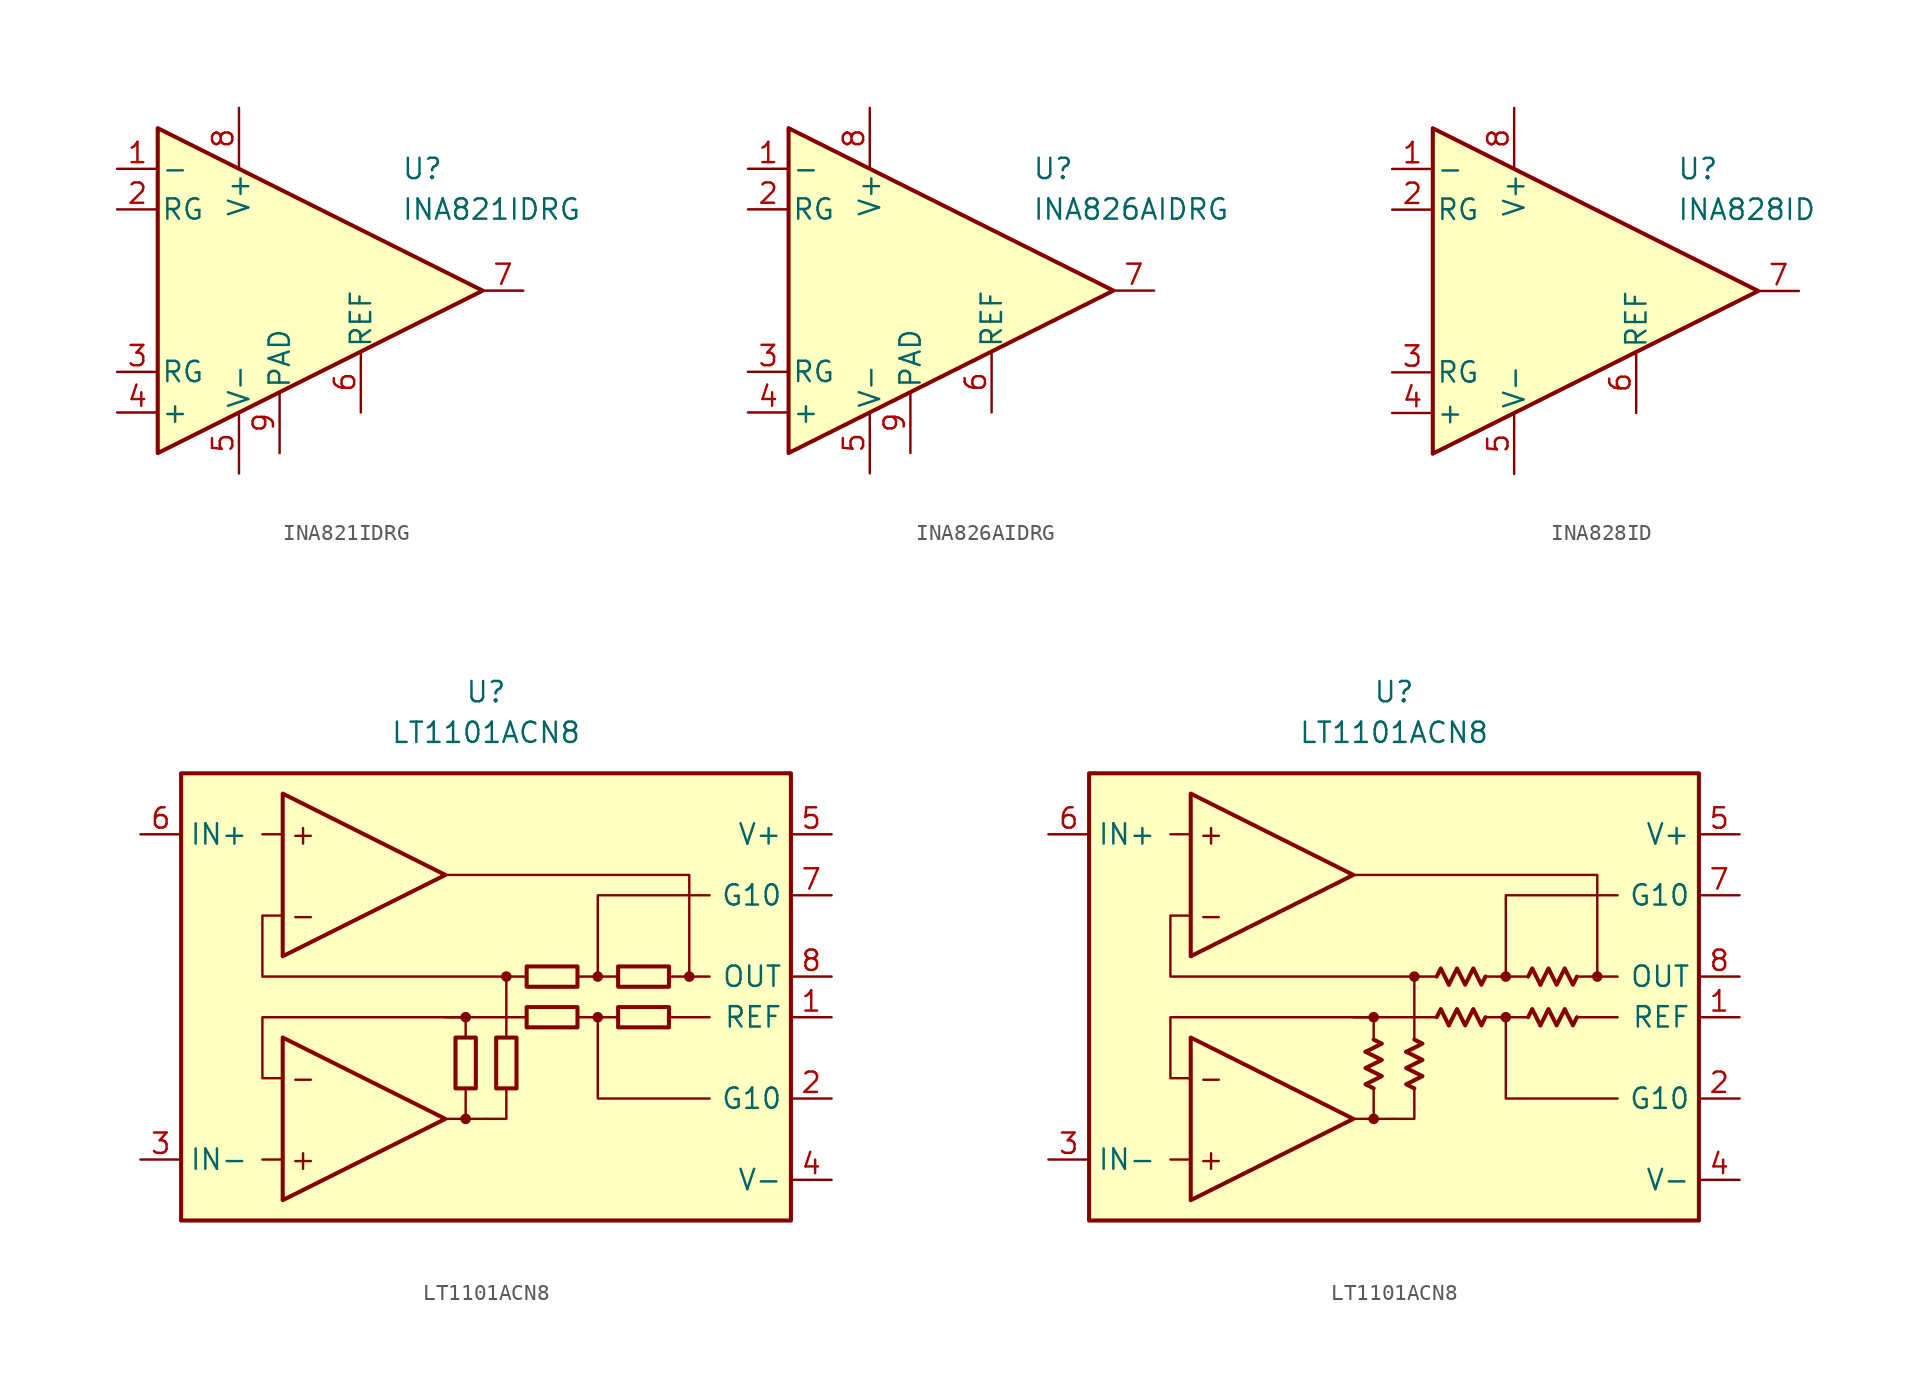
<source format=kicad_sym>
(kicad_symbol_lib
  (version 20231120)
  (generator "kicad_symbol_editor")
  (generator_version "8.0")
  (symbol "INA821IDRG"
    (pin_names
      (offset 0.2))
    (property "Reference" "U"
      (at 6.35 7.62 0)
      (effects (font (size 1.27 1.27)) (justify left)))
    (property "Value" "INA821IDRG"
      (at 6.35 5.08 0)
      (effects (font (size 1.27 1.27)) (justify left)))
    (symbol "INA821IDRG_0_1"
      (polyline (pts (xy -8.89 10.16) (xy -8.89 -10.16) (xy 11.43 0) (xy -8.89 10.16)) (stroke (width 0.254) (type default)) (fill (type background))))
    (symbol "INA821IDRG_1_1"
      (pin input line (at -11.43 7.62 0) (length 2.54) (name "-" (effects (font (size 1.27 1.27)))) (number "1" (effects (font (size 1.27 1.27)))))
      (pin passive line (at -11.43 5.08 0) (length 2.54) (name "RG" (effects (font (size 1.27 1.27)))) (number "2" (effects (font (size 1.27 1.27)))))
      (pin passive line (at -11.43 -5.08 0) (length 2.54) (name "RG" (effects (font (size 1.27 1.27)))) (number "3" (effects (font (size 1.27 1.27)))))
      (pin input line (at -11.43 -7.62 0) (length 2.54) (name "+" (effects (font (size 1.27 1.27)))) (number "4" (effects (font (size 1.27 1.27)))))
      (pin power_in line (at -3.81 -11.43 90) (length 3.81) (name "V-" (effects (font (size 1.27 1.27)))) (number "5" (effects (font (size 1.27 1.27)))))
      (pin input line (at 3.81 -7.62 90) (length 3.81) (name "REF" (effects (font (size 1.27 1.27)))) (number "6" (effects (font (size 1.27 1.27)))))
      (pin output line (at 13.97 0 180) (length 2.54) (name "~" (effects (font (size 1.27 1.27)))) (number "7" (effects (font (size 1.27 1.27)))))
      (pin power_in line (at -3.81 11.43 270) (length 3.81) (name "V+" (effects (font (size 1.27 1.27)))) (number "8" (effects (font (size 1.27 1.27)))))
      (pin power_in line (at -1.27 -10.16 90) (length 3.81) (name "PAD" (effects (font (size 1.27 1.27)))) (number "9" (effects (font (size 1.27 1.27)))))))
  (symbol "INA826AIDRG"
    (pin_names
      (offset 0.2))
    (property "Reference" "U"
      (at 6.35 7.62 0)
      (effects (font (size 1.27 1.27)) (justify left)))
    (property "Value" "INA826AIDRG"
      (at 6.35 5.08 0)
      (effects (font (size 1.27 1.27)) (justify left)))
    (symbol "INA826AIDRG_0_1"
      (polyline (pts (xy -8.89 10.16) (xy -8.89 -10.16) (xy 11.43 0) (xy -8.89 10.16)) (stroke (width 0.254) (type default)) (fill (type background))))
    (symbol "INA826AIDRG_1_1"
      (pin input line (at -11.43 7.62 0) (length 2.54) (name "-" (effects (font (size 1.27 1.27)))) (number "1" (effects (font (size 1.27 1.27)))))
      (pin passive line (at -11.43 5.08 0) (length 2.54) (name "RG" (effects (font (size 1.27 1.27)))) (number "2" (effects (font (size 1.27 1.27)))))
      (pin passive line (at -11.43 -5.08 0) (length 2.54) (name "RG" (effects (font (size 1.27 1.27)))) (number "3" (effects (font (size 1.27 1.27)))))
      (pin input line (at -11.43 -7.62 0) (length 2.54) (name "+" (effects (font (size 1.27 1.27)))) (number "4" (effects (font (size 1.27 1.27)))))
      (pin power_in line (at -3.81 -11.43 90) (length 3.81) (name "V-" (effects (font (size 1.27 1.27)))) (number "5" (effects (font (size 1.27 1.27)))))
      (pin input line (at 3.81 -7.62 90) (length 3.81) (name "REF" (effects (font (size 1.27 1.27)))) (number "6" (effects (font (size 1.27 1.27)))))
      (pin output line (at 13.97 0 180) (length 2.54) (name "~" (effects (font (size 1.27 1.27)))) (number "7" (effects (font (size 1.27 1.27)))))
      (pin power_in line (at -3.81 11.43 270) (length 3.81) (name "V+" (effects (font (size 1.27 1.27)))) (number "8" (effects (font (size 1.27 1.27)))))
      (pin power_in line (at -1.27 -10.16 90) (length 3.81) (name "PAD" (effects (font (size 1.27 1.27)))) (number "9" (effects (font (size 1.27 1.27)))))))
  (symbol "INA828ID"
    (pin_names
      (offset 0.2))
    (property "Reference" "U"
      (at 6.35 7.62 0)
      (effects (font (size 1.27 1.27)) (justify left)))
    (property "Value" "INA828ID"
      (at 6.35 5.08 0)
      (effects (font (size 1.27 1.27)) (justify left)))
    (symbol "INA828ID_0_1"
      (polyline (pts (xy -8.89 10.16) (xy -8.89 -10.16) (xy 11.43 0) (xy -8.89 10.16)) (stroke (width 0.254) (type default)) (fill (type background))))
    (symbol "INA828ID_1_1"
      (pin input line (at -11.43 7.62 0) (length 2.54) (name "-" (effects (font (size 1.27 1.27)))) (number "1" (effects (font (size 1.27 1.27)))))
      (pin passive line (at -11.43 5.08 0) (length 2.54) (name "RG" (effects (font (size 1.27 1.27)))) (number "2" (effects (font (size 1.27 1.27)))))
      (pin passive line (at -11.43 -5.08 0) (length 2.54) (name "RG" (effects (font (size 1.27 1.27)))) (number "3" (effects (font (size 1.27 1.27)))))
      (pin input line (at -11.43 -7.62 0) (length 2.54) (name "+" (effects (font (size 1.27 1.27)))) (number "4" (effects (font (size 1.27 1.27)))))
      (pin power_in line (at -3.81 -11.43 90) (length 3.81) (name "V-" (effects (font (size 1.27 1.27)))) (number "5" (effects (font (size 1.27 1.27)))))
      (pin input line (at 3.81 -7.62 90) (length 3.81) (name "REF" (effects (font (size 1.27 1.27)))) (number "6" (effects (font (size 1.27 1.27)))))
      (pin output line (at 13.97 0 180) (length 2.54) (name "~" (effects (font (size 1.27 1.27)))) (number "7" (effects (font (size 1.27 1.27)))))
      (pin power_in line (at -3.81 11.43 270) (length 3.81) (name "V+" (effects (font (size 1.27 1.27)))) (number "8" (effects (font (size 1.27 1.27)))))))
  (symbol "LT1101ACN8"
    (property "Reference" "U"
      (at 0 19.05 0)
      (effects (font (size 1.27 1.27))))
    (property "Value" "LT1101ACN8"
      (at 0 16.51 0)
      (effects (font (size 1.27 1.27))))
    (symbol "LT1101ACN8_0_0"
      (rectangle (start -19.05 13.97) (end 19.05 -13.97) (stroke (width 0.254) (type default)) (fill (type background)))
      (circle (center -1.27 -7.62) (radius 0.254) (stroke (width 0.152) (type default)) (fill (type outline)))
      (circle (center -1.27 -1.27) (radius 0.254) (stroke (width 0.152) (type default)) (fill (type outline)))
      (polyline (pts (xy -12.7 -10.16) (xy -13.97 -10.16)) (stroke (width 0.152) (type default)) (fill (type none)))
      (polyline (pts (xy -12.7 10.16) (xy -13.97 10.16)) (stroke (width 0.152) (type default)) (fill (type none)))
      (polyline (pts (xy -2.54 -7.62) (xy 0 -7.62)) (stroke (width 0.152) (type default)) (fill (type none)))
      (polyline (pts (xy -1.27 -5.715) (xy -1.27 -7.62)) (stroke (width 0.152) (type default)) (fill (type none)))
      (polyline (pts (xy -1.27 -2.54) (xy -1.27 -1.27)) (stroke (width 0.152) (type default)) (fill (type none)))
      (polyline (pts (xy 1.27 -2.54) (xy 1.27 -1.27)) (stroke (width 0.152) (type default)) (fill (type none)))
      (polyline (pts (xy 1.27 -1.27) (xy 1.27 1.27)) (stroke (width 0.152) (type default)) (fill (type none)))
      (polyline (pts (xy 2.54 -1.27) (xy -2.54 -1.27)) (stroke (width 0.152) (type default)) (fill (type none)))
      (polyline (pts (xy 6.985 -1.27) (xy 5.715 -1.27)) (stroke (width 0.152) (type default)) (fill (type none)))
      (polyline (pts (xy 6.985 1.27) (xy 5.715 1.27)) (stroke (width 0.152) (type default)) (fill (type none)))
      (polyline (pts (xy 8.255 -1.27) (xy 6.985 -1.27)) (stroke (width 0.152) (type default)) (fill (type none)))
      (polyline (pts (xy 8.255 1.27) (xy 6.985 1.27)) (stroke (width 0.152) (type default)) (fill (type none)))
      (polyline (pts (xy 12.7 1.27) (xy 13.97 1.27)) (stroke (width 0.152) (type default)) (fill (type none)))
      (polyline (pts (xy 13.97 -1.27) (xy 11.43 -1.27)) (stroke (width 0.152) (type default)) (fill (type none)))
      (polyline (pts (xy 0 -7.62) (xy 1.27 -7.62) (xy 1.27 -5.715)) (stroke (width 0.152) (type default)) (fill (type none)))
      (polyline (pts (xy 6.985 1.27) (xy 6.985 6.35) (xy 13.97 6.35)) (stroke (width 0.152) (type default)) (fill (type none)))
      (polyline (pts (xy 13.97 -6.35) (xy 6.985 -6.35) (xy 6.985 -1.27)) (stroke (width 0.152) (type default)) (fill (type none)))
      (polyline (pts (xy -1.27 -1.27) (xy -13.97 -1.27) (xy -13.97 -5.08) (xy -12.7 -5.08)) (stroke (width 0.152) (type default)) (fill (type none)))
      (polyline (pts (xy 11.43 1.27) (xy 12.7 1.27) (xy 12.7 7.62) (xy -2.54 7.62)) (stroke (width 0.152) (type default)) (fill (type none)))
      (polyline (pts (xy 2.54 1.27) (xy -13.97 1.27) (xy -13.97 5.08) (xy -13.97 5.08) (xy -12.7 5.08)) (stroke (width 0.152) (type default)) (fill (type none)))
      (circle (center 1.27 1.27) (radius 0.254) (stroke (width 0.152) (type default)) (fill (type outline)))
      (circle (center 6.985 -1.27) (radius 0.254) (stroke (width 0.152) (type default)) (fill (type outline)))
      (circle (center 6.985 1.27) (radius 0.254) (stroke (width 0.152) (type default)) (fill (type outline)))
      (circle (center 12.7 1.27) (radius 0.254) (stroke (width 0.152) (type default)) (fill (type outline)))
      (text "+" (at -11.43 -10.16 0) (effects (font (size 1.27 1.27))))
      (text "+" (at -11.43 10.16 0) (effects (font (size 1.27 1.27))))
      (text "-" (at -11.43 -5.08 0) (effects (font (size 1.27 1.27))))
      (text "-" (at -11.43 5.08 0) (effects (font (size 1.27 1.27)))))
    (symbol "LT1101ACN8_0_1"
      (rectangle (start -1.905 -5.715) (end -0.635 -2.54) (stroke (width 0.254) (type default)) (fill (type none)))
      (rectangle (start 0.635 -5.715) (end 1.905 -2.54) (stroke (width 0.254) (type default)) (fill (type none)))
      (rectangle (start 2.54 1.905) (end 5.715 0.635) (stroke (width 0.254) (type default)) (fill (type none)))
      (rectangle (start 5.715 -1.905) (end 2.54 -0.635) (stroke (width 0.254) (type default)) (fill (type none)))
      (rectangle (start 11.43 -1.905) (end 8.255 -0.635) (stroke (width 0.254) (type default)) (fill (type none)))
      (rectangle (start 11.43 0.635) (end 8.255 1.905) (stroke (width 0.254) (type default)) (fill (type none))))
    (symbol "LT1101ACN8_0_2"
      (polyline (pts (xy -1.778 -3.429) (xy -0.762 -2.921) (xy -1.27 -2.667)) (stroke (width 0.254) (type default)) (fill (type none)))
      (polyline (pts (xy 0.762 -3.429) (xy 1.778 -2.921) (xy 1.27 -2.667)) (stroke (width 0.254) (type default)) (fill (type none)))
      (polyline (pts (xy 3.429 -1.778) (xy 2.921 -0.762) (xy 2.667 -1.27)) (stroke (width 0.254) (type default)) (fill (type none)))
      (polyline (pts (xy 3.429 0.762) (xy 2.921 1.778) (xy 2.667 1.27)) (stroke (width 0.254) (type default)) (fill (type none)))
      (polyline (pts (xy 9.144 -1.778) (xy 8.636 -0.762) (xy 8.382 -1.27)) (stroke (width 0.254) (type default)) (fill (type none)))
      (polyline (pts (xy 9.144 0.762) (xy 8.636 1.778) (xy 8.382 1.27)) (stroke (width 0.254) (type default)) (fill (type none)))
      (polyline (pts (xy -1.27 -5.715) (xy -1.778 -5.461) (xy -0.762 -4.953) (xy -1.778 -4.445) (xy -0.762 -3.937) (xy -1.778 -3.429)) (stroke (width 0.254) (type default)) (fill (type none)))
      (polyline (pts (xy 1.27 -5.715) (xy 0.762 -5.461) (xy 1.778 -4.953) (xy 0.762 -4.445) (xy 1.778 -3.937) (xy 0.762 -3.429)) (stroke (width 0.254) (type default)) (fill (type none)))
      (polyline (pts (xy 5.715 -1.27) (xy 5.461 -1.778) (xy 4.953 -0.762) (xy 4.445 -1.778) (xy 3.937 -0.762) (xy 3.429 -1.778)) (stroke (width 0.254) (type default)) (fill (type none)))
      (polyline (pts (xy 5.715 1.27) (xy 5.461 0.762) (xy 4.953 1.778) (xy 4.445 0.762) (xy 3.937 1.778) (xy 3.429 0.762)) (stroke (width 0.254) (type default)) (fill (type none)))
      (polyline (pts (xy 11.43 -1.27) (xy 11.176 -1.778) (xy 10.668 -0.762) (xy 10.16 -1.778) (xy 9.652 -0.762) (xy 9.144 -1.778)) (stroke (width 0.254) (type default)) (fill (type none)))
      (polyline (pts (xy 11.43 1.27) (xy 11.176 0.762) (xy 10.668 1.778) (xy 10.16 0.762) (xy 9.652 1.778) (xy 9.144 0.762)) (stroke (width 0.254) (type default)) (fill (type none))))
    (symbol "LT1101ACN8_1_0"
      (polyline (pts (xy -12.7 -2.54) (xy -12.7 -12.7) (xy -2.54 -7.62) (xy -12.7 -2.54)) (stroke (width 0.254) (type default)) (fill (type background)))
      (polyline (pts (xy -12.7 12.7) (xy -12.7 2.54) (xy -2.54 7.62) (xy -12.7 12.7)) (stroke (width 0.254) (type default)) (fill (type background))))
    (symbol "LT1101ACN8_1_1"
      (pin input line (at 21.59 -1.27 180) (length 2.54) (name "REF" (effects (font (size 1.27 1.27)))) (number "1" (effects (font (size 1.27 1.27)))))
      (pin passive line (at 21.59 -6.35 180) (length 2.54) (name "G10" (effects (font (size 1.27 1.27)))) (number "2" (effects (font (size 1.27 1.27)))))
      (pin input line (at -21.59 -10.16 0) (length 2.54) (name "IN-" (effects (font (size 1.27 1.27)))) (number "3" (effects (font (size 1.27 1.27)))))
      (pin power_in line (at 21.59 -11.43 180) (length 2.54) (name "V-" (effects (font (size 1.27 1.27)))) (number "4" (effects (font (size 1.27 1.27)))))
      (pin power_in line (at 21.59 10.16 180) (length 2.54) (name "V+" (effects (font (size 1.27 1.27)))) (number "5" (effects (font (size 1.27 1.27)))))
      (pin input line (at -21.59 10.16 0) (length 2.54) (name "IN+" (effects (font (size 1.27 1.27)))) (number "6" (effects (font (size 1.27 1.27)))))
      (pin passive line (at 21.59 6.35 180) (length 2.54) (name "G10" (effects (font (size 1.27 1.27)))) (number "7" (effects (font (size 1.27 1.27)))))
      (pin output line (at 21.59 1.27 180) (length 2.54) (name "OUT" (effects (font (size 1.27 1.27)))) (number "8" (effects (font (size 1.27 1.27))))))
    (symbol "LT1101ACN8_1_2"
      (pin input line (at 21.59 -1.27 180) (length 2.54) (name "REF" (effects (font (size 1.27 1.27)))) (number "1" (effects (font (size 1.27 1.27)))))
      (pin passive line (at 21.59 -6.35 180) (length 2.54) (name "G10" (effects (font (size 1.27 1.27)))) (number "2" (effects (font (size 1.27 1.27)))))
      (pin input line (at -21.59 -10.16 0) (length 2.54) (name "IN-" (effects (font (size 1.27 1.27)))) (number "3" (effects (font (size 1.27 1.27)))))
      (pin power_in line (at 21.59 -11.43 180) (length 2.54) (name "V-" (effects (font (size 1.27 1.27)))) (number "4" (effects (font (size 1.27 1.27)))))
      (pin power_in line (at 21.59 10.16 180) (length 2.54) (name "V+" (effects (font (size 1.27 1.27)))) (number "5" (effects (font (size 1.27 1.27)))))
      (pin input line (at -21.59 10.16 0) (length 2.54) (name "IN+" (effects (font (size 1.27 1.27)))) (number "6" (effects (font (size 1.27 1.27)))))
      (pin passive line (at 21.59 6.35 180) (length 2.54) (name "G10" (effects (font (size 1.27 1.27)))) (number "7" (effects (font (size 1.27 1.27)))))
      (pin output line (at 21.59 1.27 180) (length 2.54) (name "OUT" (effects (font (size 1.27 1.27)))) (number "8" (effects (font (size 1.27 1.27))))))))
</source>
